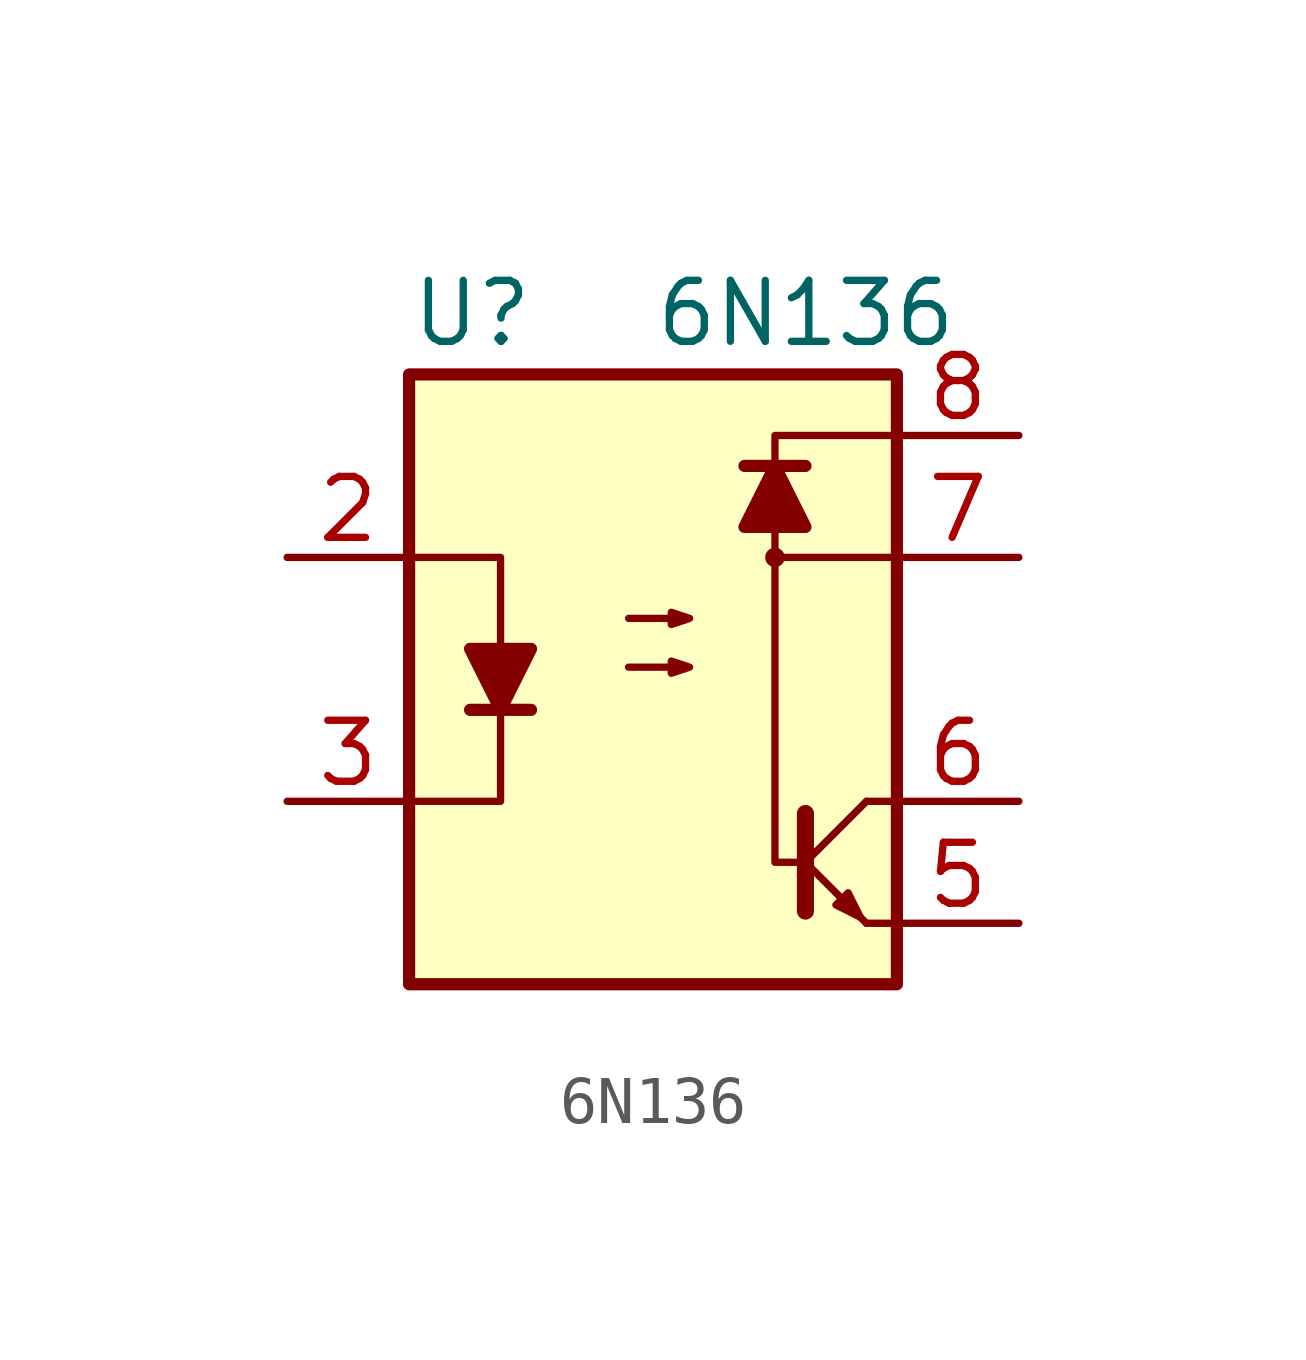
<source format=kicad_sym>
(kicad_symbol_lib
  (version 20211014)
  (generator kicad_symbol_editor)
  (symbol "6N136"
    (pin_names
      (offset 1.016))
    (property "Reference" "U"
      (at 0 13.97 0)
      (effects (font (size 1.27 1.27)) (justify left)))
    (property "Value" "6N136"
      (at 5.08 13.97 0)
      (effects (font (size 1.27 1.27)) (justify left)))
    (symbol "6N136_0_1"
      (polyline (pts (xy 1.27 5.715) (xy 2.54 5.715)) (stroke (width 0.254) (type default) (color 0 0 0 0)) (fill (type none)))
      (polyline (pts (xy 6.985 10.795) (xy 8.255 10.795)) (stroke (width 0.254) (type default) (color 0 0 0 0)) (fill (type none)))
      (polyline (pts (xy 8.255 3.556) (xy 8.255 1.524)) (stroke (width 0.356) (type default) (color 0 0 0 0)) (fill (type none)))
      (polyline (pts (xy 8.382 2.413) (xy 9.525 1.27)) (stroke (width 0) (type default) (color 0 0 0 0)) (fill (type none)))
      (polyline (pts (xy 8.382 2.667) (xy 9.525 3.81)) (stroke (width 0) (type default) (color 0 0 0 0)) (fill (type none)))
      (polyline (pts (xy 10.16 1.27) (xy 9.525 1.27)) (stroke (width 0) (type default) (color 0 0 0 0)) (fill (type none)))
      (polyline (pts (xy 10.16 3.81) (xy 9.525 3.81)) (stroke (width 0) (type default) (color 0 0 0 0)) (fill (type none)))
      (polyline (pts (xy 10.16 8.89) (xy 7.62 8.89)) (stroke (width 0) (type default) (color 0 0 0 0)) (fill (type none)))
      (polyline (pts (xy 0 8.89) (xy 1.905 8.89) (xy 1.905 3.81) (xy 0 3.81)) (stroke (width 0) (type default) (color 0 0 0 0)) (fill (type none)))
      (polyline (pts (xy 1.905 5.715) (xy 1.27 6.985) (xy 2.54 6.985) (xy 1.905 5.715)) (stroke (width 0.254) (type default) (color 0 0 0 0)) (fill (type outline)))
      (polyline (pts (xy 7.62 10.795) (xy 6.985 9.525) (xy 8.255 9.525) (xy 7.62 10.795)) (stroke (width 0.254) (type default) (color 0 0 0 0)) (fill (type outline)))
      (polyline (pts (xy 9.398 1.397) (xy 9.144 1.905) (xy 8.89 1.651) (xy 9.398 1.397)) (stroke (width 0) (type default) (color 0 0 0 0)) (fill (type none)))
      (polyline (pts (xy 10.16 11.43) (xy 7.62 11.43) (xy 7.62 2.54) (xy 8.255 2.54)) (stroke (width 0) (type default) (color 0 0 0 0)) (fill (type none)))
      (polyline (pts (xy 4.572 6.604) (xy 5.842 6.604) (xy 5.461 6.477) (xy 5.461 6.731) (xy 5.842 6.604)) (stroke (width 0) (type default) (color 0 0 0 0)) (fill (type none)))
      (polyline (pts (xy 4.572 7.62) (xy 5.842 7.62) (xy 5.461 7.493) (xy 5.461 7.747) (xy 5.842 7.62)) (stroke (width 0) (type default) (color 0 0 0 0)) (fill (type none)))
      (rectangle (start 0 12.7) (end 10.16 0) (stroke (width 0.254) (type default) (color 0 0 0 0)) (fill (type background)))
      (circle (center 7.62 8.89) (radius 0.127) (stroke (width 0) (type default) (color 0 0 0 0)) (fill (type none))))
    (symbol "6N136_1_1"
      (pin no_connect line (at -2.54 11.43 0) (length 2.54) hide (name "NC" (effects (font (size 1.27 1.27)))) (number "1" (effects (font (size 1.27 1.27)))))
      (pin passive line (at -2.54 8.89 0) (length 2.54) (name "~" (effects (font (size 1.27 1.27)))) (number "2" (effects (font (size 1.27 1.27)))))
      (pin passive line (at -2.54 3.81 0) (length 2.54) (name "~" (effects (font (size 1.27 1.27)))) (number "3" (effects (font (size 1.27 1.27)))))
      (pin no_connect line (at -2.54 1.27 0) (length 2.54) hide (name "NC" (effects (font (size 1.27 1.27)))) (number "4" (effects (font (size 1.27 1.27)))))
      (pin passive line (at 12.7 1.27 180) (length 2.54) (name "~" (effects (font (size 1.27 1.27)))) (number "5" (effects (font (size 1.27 1.27)))))
      (pin passive line (at 12.7 3.81 180) (length 2.54) (name "~" (effects (font (size 1.27 1.27)))) (number "6" (effects (font (size 1.27 1.27)))))
      (pin passive line (at 12.7 8.89 180) (length 2.54) (name "~" (effects (font (size 1.27 1.27)))) (number "7" (effects (font (size 1.27 1.27)))))
      (pin passive line (at 12.7 11.43 180) (length 2.54) (name "~" (effects (font (size 1.27 1.27)))) (number "8" (effects (font (size 1.27 1.27))))))))
</source>
